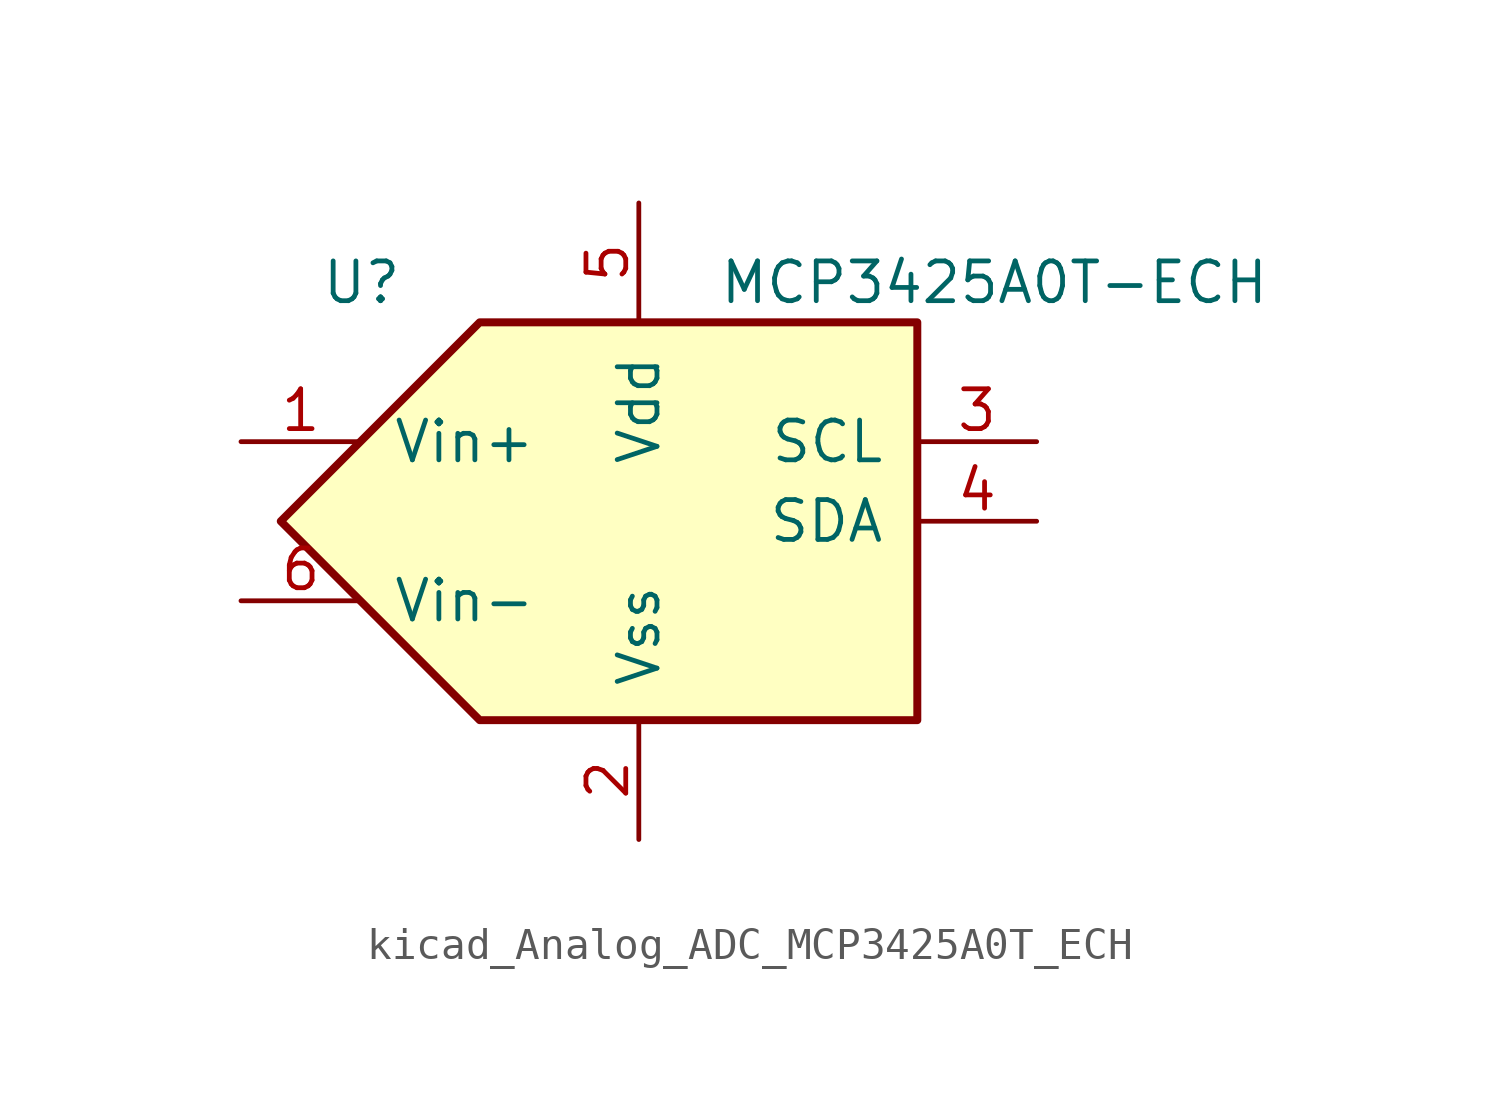
<source format=kicad_sym>
(kicad_symbol_lib
  (version 20220914)
  (generator kicad_symbol_editor)
  (symbol "kicad_Analog_ADC_MCP3425A0T_ECH"
    (pin_names
      (offset 1.016))
    (property "Reference" "U"
      (at -10.16 7.62 0)
      (effects (font (size 1.27 1.27)) (justify left)))
    (property "Value" "MCP3425A0T-ECH"
      (at 2.54 7.62 0)
      (effects (font (size 1.27 1.27)) (justify left)))
    (symbol "kicad_Analog_ADC_MCP3425A0T_ECH_0_1"
      (polyline (pts (xy -5.08 6.35) (xy 8.89 6.35) (xy 8.89 0) (xy 8.89 -6.35) (xy -5.08 -6.35) (xy -11.43 0) (xy -5.08 6.35)) (stroke (width 0.254) (type default)) (fill (type background))))
    (symbol "kicad_Analog_ADC_MCP3425A0T_ECH_1_1"
      (pin passive line (at -12.7 2.54 0) (length 3.81) (name "Vin+" (effects (font (size 1.27 1.27)))) (number "1" (effects (font (size 1.27 1.27)))))
      (pin power_in line (at 0 -10.16 90) (length 3.81) (name "Vss" (effects (font (size 1.27 1.27)))) (number "2" (effects (font (size 1.27 1.27)))))
      (pin input line (at 12.7 2.54 180) (length 3.81) (name "SCL" (effects (font (size 1.27 1.27)))) (number "3" (effects (font (size 1.27 1.27)))))
      (pin bidirectional line (at 12.7 0 180) (length 3.81) (name "SDA" (effects (font (size 1.27 1.27)))) (number "4" (effects (font (size 1.27 1.27)))))
      (pin power_in line (at 0 10.16 270) (length 3.81) (name "Vdd" (effects (font (size 1.27 1.27)))) (number "5" (effects (font (size 1.27 1.27)))))
      (pin passive line (at -12.7 -2.54 0) (length 3.81) (name "Vin-" (effects (font (size 1.27 1.27)))) (number "6" (effects (font (size 1.27 1.27))))))))
</source>
